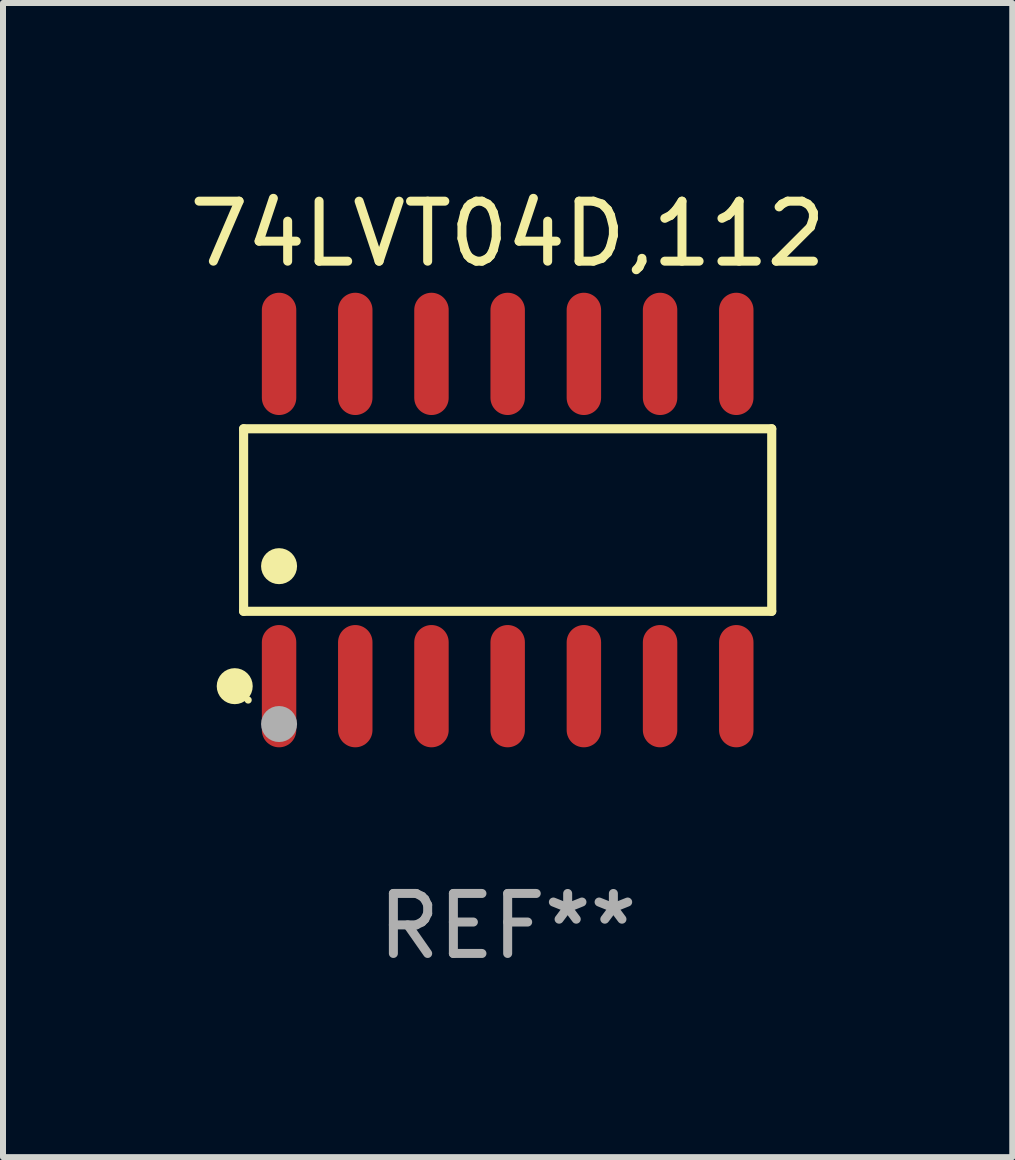
<source format=kicad_pcb>
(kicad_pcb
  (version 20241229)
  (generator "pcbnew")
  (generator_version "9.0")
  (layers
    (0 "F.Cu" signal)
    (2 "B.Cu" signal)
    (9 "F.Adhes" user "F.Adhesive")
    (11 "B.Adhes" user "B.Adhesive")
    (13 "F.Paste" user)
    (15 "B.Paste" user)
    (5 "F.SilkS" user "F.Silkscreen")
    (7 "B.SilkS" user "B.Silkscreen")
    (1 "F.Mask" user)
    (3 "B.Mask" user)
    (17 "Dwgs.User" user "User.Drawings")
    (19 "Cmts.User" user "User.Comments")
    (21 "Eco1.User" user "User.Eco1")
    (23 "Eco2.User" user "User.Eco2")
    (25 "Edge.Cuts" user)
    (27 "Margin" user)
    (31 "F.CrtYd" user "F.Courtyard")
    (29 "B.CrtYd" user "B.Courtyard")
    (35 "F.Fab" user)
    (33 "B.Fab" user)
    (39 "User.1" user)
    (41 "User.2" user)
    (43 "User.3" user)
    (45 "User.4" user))
  (footprint "74LVT04D,112"
    (layer "F.Cu")
    (at 5.411 5.617)
    (property "Reference" "74LVT04D,112" (at 0 -4.769 0) (layer "F.SilkS") (effects (font (size 1 1) (thickness 0.15))))
    (attr through_hole)
    (fp_line (start -4.401 -1.521) (end 4.401 -1.521) (stroke (width 0.152) (type solid)) (layer "F.SilkS"))
    (fp_line (start -4.401 1.521) (end -4.401 -1.521) (stroke (width 0.152) (type solid)) (layer "F.SilkS"))
    (fp_line (start 4.401 -1.521) (end 4.401 1.521) (stroke (width 0.152) (type solid)) (layer "F.SilkS"))
    (fp_line (start 4.401 1.521) (end -4.401 1.521) (stroke (width 0.152) (type solid)) (layer "F.SilkS"))
    (fp_circle (center -4.549 2.769) (end -4.399 2.769) (stroke (width 0.3) (type solid)) (fill no) (layer "F.SilkS"))
    (fp_circle (center -4.325 3) (end -4.295 3) (stroke (width 0.06) (type solid)) (fill no) (layer "F.SilkS"))
    (fp_circle (center -3.81 0.769) (end -3.66 0.769) (stroke (width 0.3) (type solid)) (fill no) (layer "F.SilkS"))
    (fp_circle (center -3.81 3.4) (end -3.66 3.4) (stroke (width 0.3) (type solid)) (fill no) (layer "F.Fab"))
    (fp_text user "REF**" (at 0 6.769 0) (layer "F.Fab") (effects (font (size 1 1) (thickness 0.15))))
    (pad "1" smd oval (at -3.81 2.769) (size 0.574 2.038) (layers "F.Cu" "F.Mask" "F.Paste"))
    (pad "2" smd oval (at -2.54 2.769) (size 0.574 2.038) (layers "F.Cu" "F.Mask" "F.Paste"))
    (pad "3" smd oval (at -1.27 2.769) (size 0.574 2.038) (layers "F.Cu" "F.Mask" "F.Paste"))
    (pad "4" smd oval (at 0 2.769) (size 0.574 2.038) (layers "F.Cu" "F.Mask" "F.Paste"))
    (pad "5" smd oval (at 1.27 2.769) (size 0.574 2.038) (layers "F.Cu" "F.Mask" "F.Paste"))
    (pad "6" smd oval (at 2.54 2.769) (size 0.574 2.038) (layers "F.Cu" "F.Mask" "F.Paste"))
    (pad "7" smd oval (at 3.81 2.769) (size 0.574 2.038) (layers "F.Cu" "F.Mask" "F.Paste"))
    (pad "8" smd oval (at 3.81 -2.769) (size 0.574 2.038) (layers "F.Cu" "F.Mask" "F.Paste"))
    (pad "9" smd oval (at 2.54 -2.769) (size 0.574 2.038) (layers "F.Cu" "F.Mask" "F.Paste"))
    (pad "10" smd oval (at 1.27 -2.769) (size 0.574 2.038) (layers "F.Cu" "F.Mask" "F.Paste"))
    (pad "11" smd oval (at 0 -2.769) (size 0.574 2.038) (layers "F.Cu" "F.Mask" "F.Paste"))
    (pad "12" smd oval (at -1.27 -2.769) (size 0.574 2.038) (layers "F.Cu" "F.Mask" "F.Paste"))
    (pad "13" smd oval (at -2.54 -2.769) (size 0.574 2.038) (layers "F.Cu" "F.Mask" "F.Paste"))
    (pad "14" smd oval (at -3.81 -2.769) (size 0.574 2.038) (layers "F.Cu" "F.Mask" "F.Paste")))
  (gr_rect
    (start -3 -3)
    (end 13.821 16.235)
    (stroke (width 0.1) (type default))
    (fill no)
    (layer "Edge.Cuts")))
</source>
